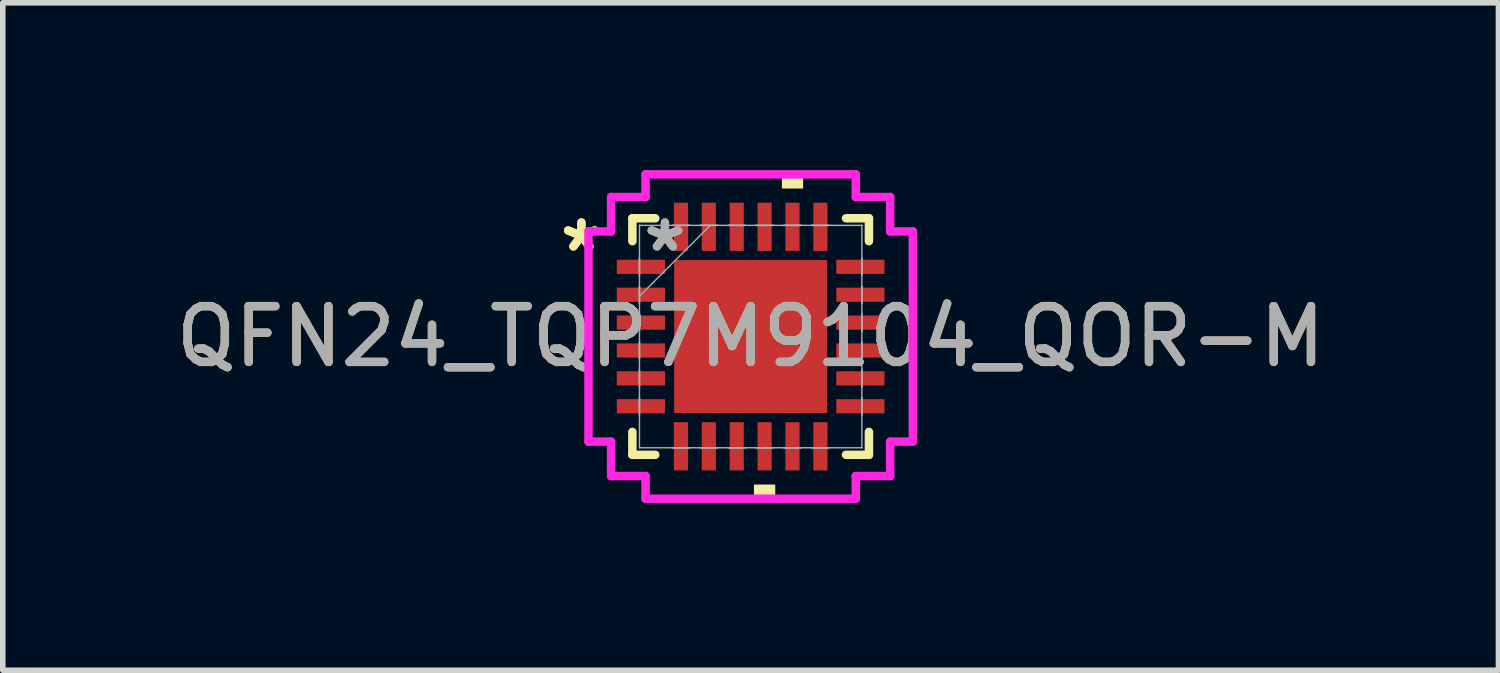
<source format=kicad_pcb>
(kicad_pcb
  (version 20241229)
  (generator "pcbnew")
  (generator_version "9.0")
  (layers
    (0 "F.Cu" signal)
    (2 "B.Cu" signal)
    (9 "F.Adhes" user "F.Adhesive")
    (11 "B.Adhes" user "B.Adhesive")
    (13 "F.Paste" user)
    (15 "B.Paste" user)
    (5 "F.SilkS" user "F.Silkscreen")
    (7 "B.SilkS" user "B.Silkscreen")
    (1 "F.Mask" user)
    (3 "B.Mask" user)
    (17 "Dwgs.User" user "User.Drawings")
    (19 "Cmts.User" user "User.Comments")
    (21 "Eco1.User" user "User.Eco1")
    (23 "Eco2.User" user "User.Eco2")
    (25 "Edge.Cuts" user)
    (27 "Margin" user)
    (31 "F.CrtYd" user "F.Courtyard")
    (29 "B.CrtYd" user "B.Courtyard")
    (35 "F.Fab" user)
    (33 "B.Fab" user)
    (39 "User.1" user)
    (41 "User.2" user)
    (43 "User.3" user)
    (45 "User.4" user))
  (footprint "QFN24_TQP7M9104_QOR-M"
    (layer "F.Cu")
    (at 10.411 2.985)
    (property "Reference" "QFN24_TQP7M9104_QOR-M" (at 0 0 0) (unlocked yes) (layer "F.SilkS") (effects (font (size 1 1) (thickness 0.15))))
    (attr smd)
    (fp_line (start -2.121 -2.121) (end -2.121 -1.71) (stroke (width 0.152) (type solid)) (layer "F.SilkS"))
    (fp_line (start -2.121 1.71) (end -2.121 2.121) (stroke (width 0.152) (type solid)) (layer "F.SilkS"))
    (fp_line (start -2.121 2.121) (end -1.71 2.121) (stroke (width 0.152) (type solid)) (layer "F.SilkS"))
    (fp_line (start -1.71 -2.121) (end -2.121 -2.121) (stroke (width 0.152) (type solid)) (layer "F.SilkS"))
    (fp_line (start 1.71 2.121) (end 2.121 2.121) (stroke (width 0.152) (type solid)) (layer "F.SilkS"))
    (fp_line (start 2.121 -2.121) (end 1.71 -2.121) (stroke (width 0.152) (type solid)) (layer "F.SilkS"))
    (fp_line (start 2.121 -1.71) (end 2.121 -2.121) (stroke (width 0.152) (type solid)) (layer "F.SilkS"))
    (fp_line (start 2.121 2.121) (end 2.121 1.71) (stroke (width 0.152) (type solid)) (layer "F.SilkS"))
    (fp_poly (pts (xy 0.059 2.654) (xy 0.059 2.908) (xy 0.441 2.908) (xy 0.441 2.654)) (stroke (width 0) (type solid)) (fill yes) (layer "F.SilkS"))
    (fp_poly (pts (xy 0.56 -2.654) (xy 0.56 -2.908) (xy 0.941 -2.908) (xy 0.941 -2.654)) (stroke (width 0) (type solid)) (fill yes) (layer "F.SilkS"))
    (fp_poly (pts (xy -1.272 -1.272) (xy -1.272 -0.1) (xy -0.1 -0.1) (xy -0.1 -1.272)) (stroke (width 0) (type solid)) (fill yes) (layer "F.Paste"))
    (fp_poly (pts (xy -1.272 0.1) (xy -1.272 1.272) (xy -0.1 1.272) (xy -0.1 0.1)) (stroke (width 0) (type solid)) (fill yes) (layer "F.Paste"))
    (fp_poly (pts (xy 0.1 -1.272) (xy 0.1 -0.1) (xy 1.272 -0.1) (xy 1.272 -1.272)) (stroke (width 0) (type solid)) (fill yes) (layer "F.Paste"))
    (fp_poly (pts (xy 0.1 0.1) (xy 0.1 1.272) (xy 1.272 1.272) (xy 1.272 0.1)) (stroke (width 0) (type solid)) (fill yes) (layer "F.Paste"))
    (fp_line (start -2.908 -1.885) (end -2.502 -1.885) (stroke (width 0.152) (type solid)) (layer "F.CrtYd"))
    (fp_line (start -2.908 1.885) (end -2.908 -1.885) (stroke (width 0.152) (type solid)) (layer "F.CrtYd"))
    (fp_line (start -2.502 -2.502) (end -1.885 -2.502) (stroke (width 0.152) (type solid)) (layer "F.CrtYd"))
    (fp_line (start -2.502 -1.885) (end -2.502 -2.502) (stroke (width 0.152) (type solid)) (layer "F.CrtYd"))
    (fp_line (start -2.502 1.885) (end -2.908 1.885) (stroke (width 0.152) (type solid)) (layer "F.CrtYd"))
    (fp_line (start -2.502 2.502) (end -2.502 1.885) (stroke (width 0.152) (type solid)) (layer "F.CrtYd"))
    (fp_line (start -1.885 -2.908) (end 1.885 -2.908) (stroke (width 0.152) (type solid)) (layer "F.CrtYd"))
    (fp_line (start -1.885 -2.502) (end -1.885 -2.908) (stroke (width 0.152) (type solid)) (layer "F.CrtYd"))
    (fp_line (start -1.885 2.502) (end -2.502 2.502) (stroke (width 0.152) (type solid)) (layer "F.CrtYd"))
    (fp_line (start -1.885 2.908) (end -1.885 2.502) (stroke (width 0.152) (type solid)) (layer "F.CrtYd"))
    (fp_line (start 1.885 -2.908) (end 1.885 -2.502) (stroke (width 0.152) (type solid)) (layer "F.CrtYd"))
    (fp_line (start 1.885 -2.502) (end 2.502 -2.502) (stroke (width 0.152) (type solid)) (layer "F.CrtYd"))
    (fp_line (start 1.885 2.502) (end 1.885 2.908) (stroke (width 0.152) (type solid)) (layer "F.CrtYd"))
    (fp_line (start 1.885 2.908) (end -1.885 2.908) (stroke (width 0.152) (type solid)) (layer "F.CrtYd"))
    (fp_line (start 2.502 -2.502) (end 2.502 -1.885) (stroke (width 0.152) (type solid)) (layer "F.CrtYd"))
    (fp_line (start 2.502 -1.885) (end 2.908 -1.885) (stroke (width 0.152) (type solid)) (layer "F.CrtYd"))
    (fp_line (start 2.502 1.885) (end 2.502 2.502) (stroke (width 0.152) (type solid)) (layer "F.CrtYd"))
    (fp_line (start 2.502 2.502) (end 1.885 2.502) (stroke (width 0.152) (type solid)) (layer "F.CrtYd"))
    (fp_line (start 2.908 -1.885) (end 2.908 1.885) (stroke (width 0.152) (type solid)) (layer "F.CrtYd"))
    (fp_line (start 2.908 1.885) (end 2.502 1.885) (stroke (width 0.152) (type solid)) (layer "F.CrtYd"))
    (fp_line (start -1.994 -1.994) (end -1.994 -1.994) (stroke (width 0.025) (type solid)) (layer "F.Fab"))
    (fp_line (start -1.994 -1.994) (end -1.994 1.994) (stroke (width 0.025) (type solid)) (layer "F.Fab"))
    (fp_line (start -1.994 -1.402) (end -1.994 -1.402) (stroke (width 0.025) (type solid)) (layer "F.Fab"))
    (fp_line (start -1.994 -1.402) (end -1.994 -1.098) (stroke (width 0.025) (type solid)) (layer "F.Fab"))
    (fp_line (start -1.994 -1.098) (end -1.994 -1.402) (stroke (width 0.025) (type solid)) (layer "F.Fab"))
    (fp_line (start -1.994 -1.098) (end -1.994 -1.098) (stroke (width 0.025) (type solid)) (layer "F.Fab"))
    (fp_line (start -1.994 -0.902) (end -1.994 -0.902) (stroke (width 0.025) (type solid)) (layer "F.Fab"))
    (fp_line (start -1.994 -0.902) (end -1.994 -0.598) (stroke (width 0.025) (type solid)) (layer "F.Fab"))
    (fp_line (start -1.994 -0.724) (end -0.724 -1.994) (stroke (width 0.025) (type solid)) (layer "F.Fab"))
    (fp_line (start -1.994 -0.598) (end -1.994 -0.902) (stroke (width 0.025) (type solid)) (layer "F.Fab"))
    (fp_line (start -1.994 -0.598) (end -1.994 -0.598) (stroke (width 0.025) (type solid)) (layer "F.Fab"))
    (fp_line (start -1.994 -0.402) (end -1.994 -0.402) (stroke (width 0.025) (type solid)) (layer "F.Fab"))
    (fp_line (start -1.994 -0.402) (end -1.994 -0.098) (stroke (width 0.025) (type solid)) (layer "F.Fab"))
    (fp_line (start -1.994 -0.098) (end -1.994 -0.402) (stroke (width 0.025) (type solid)) (layer "F.Fab"))
    (fp_line (start -1.994 -0.098) (end -1.994 -0.098) (stroke (width 0.025) (type solid)) (layer "F.Fab"))
    (fp_line (start -1.994 0.098) (end -1.994 0.098) (stroke (width 0.025) (type solid)) (layer "F.Fab"))
    (fp_line (start -1.994 0.098) (end -1.994 0.402) (stroke (width 0.025) (type solid)) (layer "F.Fab"))
    (fp_line (start -1.994 0.402) (end -1.994 0.098) (stroke (width 0.025) (type solid)) (layer "F.Fab"))
    (fp_line (start -1.994 0.402) (end -1.994 0.402) (stroke (width 0.025) (type solid)) (layer "F.Fab"))
    (fp_line (start -1.994 0.598) (end -1.994 0.598) (stroke (width 0.025) (type solid)) (layer "F.Fab"))
    (fp_line (start -1.994 0.598) (end -1.994 0.902) (stroke (width 0.025) (type solid)) (layer "F.Fab"))
    (fp_line (start -1.994 0.902) (end -1.994 0.598) (stroke (width 0.025) (type solid)) (layer "F.Fab"))
    (fp_line (start -1.994 0.902) (end -1.994 0.902) (stroke (width 0.025) (type solid)) (layer "F.Fab"))
    (fp_line (start -1.994 1.098) (end -1.994 1.098) (stroke (width 0.025) (type solid)) (layer "F.Fab"))
    (fp_line (start -1.994 1.098) (end -1.994 1.402) (stroke (width 0.025) (type solid)) (layer "F.Fab"))
    (fp_line (start -1.994 1.402) (end -1.994 1.098) (stroke (width 0.025) (type solid)) (layer "F.Fab"))
    (fp_line (start -1.994 1.402) (end -1.994 1.402) (stroke (width 0.025) (type solid)) (layer "F.Fab"))
    (fp_line (start -1.994 1.994) (end -1.994 1.994) (stroke (width 0.025) (type solid)) (layer "F.Fab"))
    (fp_line (start -1.994 1.994) (end 1.994 1.994) (stroke (width 0.025) (type solid)) (layer "F.Fab"))
    (fp_line (start -1.402 -1.994) (end -1.402 -1.994) (stroke (width 0.025) (type solid)) (layer "F.Fab"))
    (fp_line (start -1.402 -1.994) (end -1.098 -1.994) (stroke (width 0.025) (type solid)) (layer "F.Fab"))
    (fp_line (start -1.402 1.994) (end -1.402 1.994) (stroke (width 0.025) (type solid)) (layer "F.Fab"))
    (fp_line (start -1.402 1.994) (end -1.098 1.994) (stroke (width 0.025) (type solid)) (layer "F.Fab"))
    (fp_line (start -1.098 -1.994) (end -1.402 -1.994) (stroke (width 0.025) (type solid)) (layer "F.Fab"))
    (fp_line (start -1.098 -1.994) (end -1.098 -1.994) (stroke (width 0.025) (type solid)) (layer "F.Fab"))
    (fp_line (start -1.098 1.994) (end -1.402 1.994) (stroke (width 0.025) (type solid)) (layer "F.Fab"))
    (fp_line (start -1.098 1.994) (end -1.098 1.994) (stroke (width 0.025) (type solid)) (layer "F.Fab"))
    (fp_line (start -0.902 -1.994) (end -0.902 -1.994) (stroke (width 0.025) (type solid)) (layer "F.Fab"))
    (fp_line (start -0.902 -1.994) (end -0.598 -1.994) (stroke (width 0.025) (type solid)) (layer "F.Fab"))
    (fp_line (start -0.902 1.994) (end -0.902 1.994) (stroke (width 0.025) (type solid)) (layer "F.Fab"))
    (fp_line (start -0.902 1.994) (end -0.598 1.994) (stroke (width 0.025) (type solid)) (layer "F.Fab"))
    (fp_line (start -0.598 -1.994) (end -0.902 -1.994) (stroke (width 0.025) (type solid)) (layer "F.Fab"))
    (fp_line (start -0.598 -1.994) (end -0.598 -1.994) (stroke (width 0.025) (type solid)) (layer "F.Fab"))
    (fp_line (start -0.598 1.994) (end -0.902 1.994) (stroke (width 0.025) (type solid)) (layer "F.Fab"))
    (fp_line (start -0.598 1.994) (end -0.598 1.994) (stroke (width 0.025) (type solid)) (layer "F.Fab"))
    (fp_line (start -0.402 -1.994) (end -0.402 -1.994) (stroke (width 0.025) (type solid)) (layer "F.Fab"))
    (fp_line (start -0.402 -1.994) (end -0.098 -1.994) (stroke (width 0.025) (type solid)) (layer "F.Fab"))
    (fp_line (start -0.402 1.994) (end -0.402 1.994) (stroke (width 0.025) (type solid)) (layer "F.Fab"))
    (fp_line (start -0.402 1.994) (end -0.098 1.994) (stroke (width 0.025) (type solid)) (layer "F.Fab"))
    (fp_line (start -0.098 -1.994) (end -0.402 -1.994) (stroke (width 0.025) (type solid)) (layer "F.Fab"))
    (fp_line (start -0.098 -1.994) (end -0.098 -1.994) (stroke (width 0.025) (type solid)) (layer "F.Fab"))
    (fp_line (start -0.098 1.994) (end -0.402 1.994) (stroke (width 0.025) (type solid)) (layer "F.Fab"))
    (fp_line (start -0.098 1.994) (end -0.098 1.994) (stroke (width 0.025) (type solid)) (layer "F.Fab"))
    (fp_line (start 0.098 -1.994) (end 0.098 -1.994) (stroke (width 0.025) (type solid)) (layer "F.Fab"))
    (fp_line (start 0.098 -1.994) (end 0.402 -1.994) (stroke (width 0.025) (type solid)) (layer "F.Fab"))
    (fp_line (start 0.098 1.994) (end 0.098 1.994) (stroke (width 0.025) (type solid)) (layer "F.Fab"))
    (fp_line (start 0.098 1.994) (end 0.402 1.994) (stroke (width 0.025) (type solid)) (layer "F.Fab"))
    (fp_line (start 0.402 -1.994) (end 0.098 -1.994) (stroke (width 0.025) (type solid)) (layer "F.Fab"))
    (fp_line (start 0.402 -1.994) (end 0.402 -1.994) (stroke (width 0.025) (type solid)) (layer "F.Fab"))
    (fp_line (start 0.402 1.994) (end 0.098 1.994) (stroke (width 0.025) (type solid)) (layer "F.Fab"))
    (fp_line (start 0.402 1.994) (end 0.402 1.994) (stroke (width 0.025) (type solid)) (layer "F.Fab"))
    (fp_line (start 0.598 -1.994) (end 0.598 -1.994) (stroke (width 0.025) (type solid)) (layer "F.Fab"))
    (fp_line (start 0.598 -1.994) (end 0.902 -1.994) (stroke (width 0.025) (type solid)) (layer "F.Fab"))
    (fp_line (start 0.598 1.994) (end 0.598 1.994) (stroke (width 0.025) (type solid)) (layer "F.Fab"))
    (fp_line (start 0.598 1.994) (end 0.902 1.994) (stroke (width 0.025) (type solid)) (layer "F.Fab"))
    (fp_line (start 0.902 -1.994) (end 0.598 -1.994) (stroke (width 0.025) (type solid)) (layer "F.Fab"))
    (fp_line (start 0.902 -1.994) (end 0.902 -1.994) (stroke (width 0.025) (type solid)) (layer "F.Fab"))
    (fp_line (start 0.902 1.994) (end 0.598 1.994) (stroke (width 0.025) (type solid)) (layer "F.Fab"))
    (fp_line (start 0.902 1.994) (end 0.902 1.994) (stroke (width 0.025) (type solid)) (layer "F.Fab"))
    (fp_line (start 1.098 -1.994) (end 1.098 -1.994) (stroke (width 0.025) (type solid)) (layer "F.Fab"))
    (fp_line (start 1.098 -1.994) (end 1.402 -1.994) (stroke (width 0.025) (type solid)) (layer "F.Fab"))
    (fp_line (start 1.098 1.994) (end 1.098 1.994) (stroke (width 0.025) (type solid)) (layer "F.Fab"))
    (fp_line (start 1.098 1.994) (end 1.402 1.994) (stroke (width 0.025) (type solid)) (layer "F.Fab"))
    (fp_line (start 1.402 -1.994) (end 1.098 -1.994) (stroke (width 0.025) (type solid)) (layer "F.Fab"))
    (fp_line (start 1.402 -1.994) (end 1.402 -1.994) (stroke (width 0.025) (type solid)) (layer "F.Fab"))
    (fp_line (start 1.402 1.994) (end 1.098 1.994) (stroke (width 0.025) (type solid)) (layer "F.Fab"))
    (fp_line (start 1.402 1.994) (end 1.402 1.994) (stroke (width 0.025) (type solid)) (layer "F.Fab"))
    (fp_line (start 1.994 -1.994) (end -1.994 -1.994) (stroke (width 0.025) (type solid)) (layer "F.Fab"))
    (fp_line (start 1.994 -1.994) (end 1.994 -1.994) (stroke (width 0.025) (type solid)) (layer "F.Fab"))
    (fp_line (start 1.994 -1.402) (end 1.994 -1.402) (stroke (width 0.025) (type solid)) (layer "F.Fab"))
    (fp_line (start 1.994 -1.402) (end 1.994 -1.098) (stroke (width 0.025) (type solid)) (layer "F.Fab"))
    (fp_line (start 1.994 -1.098) (end 1.994 -1.402) (stroke (width 0.025) (type solid)) (layer "F.Fab"))
    (fp_line (start 1.994 -1.098) (end 1.994 -1.098) (stroke (width 0.025) (type solid)) (layer "F.Fab"))
    (fp_line (start 1.994 -0.902) (end 1.994 -0.902) (stroke (width 0.025) (type solid)) (layer "F.Fab"))
    (fp_line (start 1.994 -0.902) (end 1.994 -0.598) (stroke (width 0.025) (type solid)) (layer "F.Fab"))
    (fp_line (start 1.994 -0.598) (end 1.994 -0.902) (stroke (width 0.025) (type solid)) (layer "F.Fab"))
    (fp_line (start 1.994 -0.598) (end 1.994 -0.598) (stroke (width 0.025) (type solid)) (layer "F.Fab"))
    (fp_line (start 1.994 -0.402) (end 1.994 -0.402) (stroke (width 0.025) (type solid)) (layer "F.Fab"))
    (fp_line (start 1.994 -0.402) (end 1.994 -0.098) (stroke (width 0.025) (type solid)) (layer "F.Fab"))
    (fp_line (start 1.994 -0.098) (end 1.994 -0.402) (stroke (width 0.025) (type solid)) (layer "F.Fab"))
    (fp_line (start 1.994 -0.098) (end 1.994 -0.098) (stroke (width 0.025) (type solid)) (layer "F.Fab"))
    (fp_line (start 1.994 0.098) (end 1.994 0.098) (stroke (width 0.025) (type solid)) (layer "F.Fab"))
    (fp_line (start 1.994 0.098) (end 1.994 0.402) (stroke (width 0.025) (type solid)) (layer "F.Fab"))
    (fp_line (start 1.994 0.402) (end 1.994 0.098) (stroke (width 0.025) (type solid)) (layer "F.Fab"))
    (fp_line (start 1.994 0.402) (end 1.994 0.402) (stroke (width 0.025) (type solid)) (layer "F.Fab"))
    (fp_line (start 1.994 0.598) (end 1.994 0.598) (stroke (width 0.025) (type solid)) (layer "F.Fab"))
    (fp_line (start 1.994 0.598) (end 1.994 0.902) (stroke (width 0.025) (type solid)) (layer "F.Fab"))
    (fp_line (start 1.994 0.902) (end 1.994 0.598) (stroke (width 0.025) (type solid)) (layer "F.Fab"))
    (fp_line (start 1.994 0.902) (end 1.994 0.902) (stroke (width 0.025) (type solid)) (layer "F.Fab"))
    (fp_line (start 1.994 1.098) (end 1.994 1.098) (stroke (width 0.025) (type solid)) (layer "F.Fab"))
    (fp_line (start 1.994 1.098) (end 1.994 1.402) (stroke (width 0.025) (type solid)) (layer "F.Fab"))
    (fp_line (start 1.994 1.402) (end 1.994 1.098) (stroke (width 0.025) (type solid)) (layer "F.Fab"))
    (fp_line (start 1.994 1.402) (end 1.994 1.402) (stroke (width 0.025) (type solid)) (layer "F.Fab"))
    (fp_line (start 1.994 1.994) (end 1.994 -1.994) (stroke (width 0.025) (type solid)) (layer "F.Fab"))
    (fp_line (start 1.994 1.994) (end 1.994 1.994) (stroke (width 0.025) (type solid)) (layer "F.Fab"))
    (fp_text user "*" (at -3.035 -1.5 0) (layer "F.SilkS") (effects (font (size 1 1) (thickness 0.15))))
    (fp_text user "*" (at -3.035 -1.5 0) (unlocked yes) (layer "F.SilkS") (effects (font (size 1 1) (thickness 0.15))))
    (fp_text user "${REFERENCE}" (at 0 0 0) (unlocked yes) (layer "F.Fab") (effects (font (size 1 1) (thickness 0.15))))
    (fp_text user "*" (at -1.537 -1.5 0) (layer "F.Fab") (effects (font (size 1 1) (thickness 0.15))))
    (fp_text user "*" (at -1.537 -1.5 0) (unlocked yes) (layer "F.Fab") (effects (font (size 1 1) (thickness 0.15))))
    (pad "1" smd rect (at -1.968 -1.25 90) (size 0.254 0.864) (layers "F.Cu" "F.Mask" "F.Paste"))
    (pad "2" smd rect (at -1.968 -0.75 90) (size 0.254 0.864) (layers "F.Cu" "F.Mask" "F.Paste"))
    (pad "3" smd rect (at -1.968 -0.25 90) (size 0.254 0.864) (layers "F.Cu" "F.Mask" "F.Paste"))
    (pad "4" smd rect (at -1.968 0.25 90) (size 0.254 0.864) (layers "F.Cu" "F.Mask" "F.Paste"))
    (pad "5" smd rect (at -1.968 0.75 90) (size 0.254 0.864) (layers "F.Cu" "F.Mask" "F.Paste"))
    (pad "6" smd rect (at -1.968 1.25 90) (size 0.254 0.864) (layers "F.Cu" "F.Mask" "F.Paste"))
    (pad "7" smd rect (at -1.25 1.968) (size 0.254 0.864) (layers "F.Cu" "F.Mask" "F.Paste"))
    (pad "8" smd rect (at -0.75 1.968) (size 0.254 0.864) (layers "F.Cu" "F.Mask" "F.Paste"))
    (pad "9" smd rect (at -0.25 1.968) (size 0.254 0.864) (layers "F.Cu" "F.Mask" "F.Paste"))
    (pad "10" smd rect (at 0.25 1.968) (size 0.254 0.864) (layers "F.Cu" "F.Mask" "F.Paste"))
    (pad "11" smd rect (at 0.75 1.968) (size 0.254 0.864) (layers "F.Cu" "F.Mask" "F.Paste"))
    (pad "12" smd rect (at 1.25 1.968) (size 0.254 0.864) (layers "F.Cu" "F.Mask" "F.Paste"))
    (pad "13" smd rect (at 1.968 1.25 90) (size 0.254 0.864) (layers "F.Cu" "F.Mask" "F.Paste"))
    (pad "14" smd rect (at 1.968 0.75 90) (size 0.254 0.864) (layers "F.Cu" "F.Mask" "F.Paste"))
    (pad "15" smd rect (at 1.968 0.25 90) (size 0.254 0.864) (layers "F.Cu" "F.Mask" "F.Paste"))
    (pad "16" smd rect (at 1.968 -0.25 90) (size 0.254 0.864) (layers "F.Cu" "F.Mask" "F.Paste"))
    (pad "17" smd rect (at 1.968 -0.75 90) (size 0.254 0.864) (layers "F.Cu" "F.Mask" "F.Paste"))
    (pad "18" smd rect (at 1.968 -1.25 90) (size 0.254 0.864) (layers "F.Cu" "F.Mask" "F.Paste"))
    (pad "19" smd rect (at 1.25 -1.968) (size 0.254 0.864) (layers "F.Cu" "F.Mask" "F.Paste"))
    (pad "20" smd rect (at 0.75 -1.968) (size 0.254 0.864) (layers "F.Cu" "F.Mask" "F.Paste"))
    (pad "21" smd rect (at 0.25 -1.968) (size 0.254 0.864) (layers "F.Cu" "F.Mask" "F.Paste"))
    (pad "22" smd rect (at -0.25 -1.968) (size 0.254 0.864) (layers "F.Cu" "F.Mask" "F.Paste"))
    (pad "23" smd rect (at -0.75 -1.968) (size 0.254 0.864) (layers "F.Cu" "F.Mask" "F.Paste"))
    (pad "24" smd rect (at -1.25 -1.968) (size 0.254 0.864) (layers "F.Cu" "F.Mask" "F.Paste"))
    (pad "25" smd rect (at 0 0) (size 2.743 2.743) (layers "F.Cu" "F.Mask" "F.Paste")))
  (gr_rect
    (start -3 -3)
    (end 23.821 8.969)
    (stroke (width 0.1) (type default))
    (fill no)
    (layer "Edge.Cuts")))
</source>
